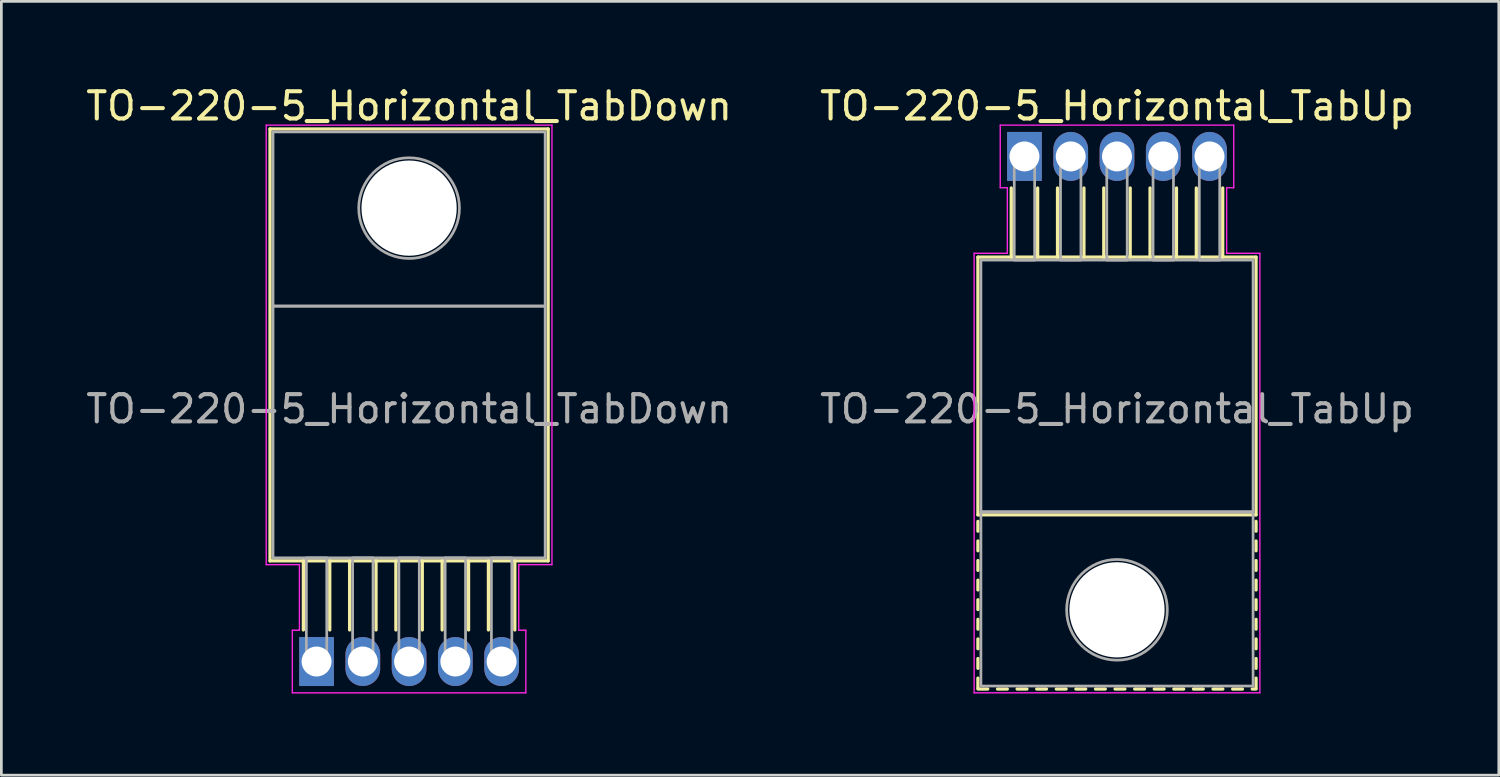
<source format=kicad_pcb>
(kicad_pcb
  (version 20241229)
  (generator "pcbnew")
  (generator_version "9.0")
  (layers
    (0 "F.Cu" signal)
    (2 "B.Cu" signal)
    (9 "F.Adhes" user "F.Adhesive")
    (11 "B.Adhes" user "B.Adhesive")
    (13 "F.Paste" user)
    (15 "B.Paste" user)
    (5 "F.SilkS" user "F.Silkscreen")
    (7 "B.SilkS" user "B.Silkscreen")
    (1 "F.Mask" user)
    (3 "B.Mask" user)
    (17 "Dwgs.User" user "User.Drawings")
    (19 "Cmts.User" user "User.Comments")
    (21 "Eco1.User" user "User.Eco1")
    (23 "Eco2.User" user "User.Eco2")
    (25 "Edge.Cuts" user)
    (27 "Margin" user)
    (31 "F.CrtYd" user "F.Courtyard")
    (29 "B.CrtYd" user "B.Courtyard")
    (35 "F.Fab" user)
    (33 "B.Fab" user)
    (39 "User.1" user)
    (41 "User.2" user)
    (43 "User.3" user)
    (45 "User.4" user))
  (footprint "TO-220-5_Horizontal_TabUp"
    (layer "F.Cu")
    (at 34.594 2.698)
    (property "Reference" "TO-220-5_Horizontal_TabUp" (at 3.4 -1.85 0) (layer "F.SilkS") (effects (font (size 1 1) (thickness 0.15))))
    (attr through_hole)
    (fp_line (start -1.71 3.7) (end -1.71 13.17) (stroke (width 0.12) (type solid)) (layer "F.SilkS"))
    (fp_line (start -1.71 3.7) (end 8.51 3.7) (stroke (width 0.12) (type solid)) (layer "F.SilkS"))
    (fp_line (start -1.71 13.17) (end 8.51 13.17) (stroke (width 0.12) (type solid)) (layer "F.SilkS"))
    (fp_line (start -1.71 13.41) (end -1.71 13.77) (stroke (width 0.12) (type solid)) (layer "F.SilkS"))
    (fp_line (start -1.71 14.13) (end -1.71 14.49) (stroke (width 0.12) (type solid)) (layer "F.SilkS"))
    (fp_line (start -1.71 14.85) (end -1.71 15.21) (stroke (width 0.12) (type solid)) (layer "F.SilkS"))
    (fp_line (start -1.71 15.57) (end -1.71 15.93) (stroke (width 0.12) (type solid)) (layer "F.SilkS"))
    (fp_line (start -1.71 16.29) (end -1.71 16.65) (stroke (width 0.12) (type solid)) (layer "F.SilkS"))
    (fp_line (start -1.71 17.01) (end -1.71 17.37) (stroke (width 0.12) (type solid)) (layer "F.SilkS"))
    (fp_line (start -1.71 17.73) (end -1.71 18.09) (stroke (width 0.12) (type solid)) (layer "F.SilkS"))
    (fp_line (start -1.71 18.45) (end -1.71 18.81) (stroke (width 0.12) (type solid)) (layer "F.SilkS"))
    (fp_line (start -1.71 19.17) (end -1.71 19.53) (stroke (width 0.12) (type solid)) (layer "F.SilkS"))
    (fp_line (start -1.71 19.57) (end -1.35 19.57) (stroke (width 0.12) (type solid)) (layer "F.SilkS"))
    (fp_line (start -0.99 19.57) (end -0.63 19.57) (stroke (width 0.12) (type solid)) (layer "F.SilkS"))
    (fp_line (start -0.485 3.7) (end -0.485 1.16) (stroke (width 0.12) (type solid)) (layer "F.SilkS"))
    (fp_line (start -0.27 19.57) (end 0.09 19.57) (stroke (width 0.12) (type solid)) (layer "F.SilkS"))
    (fp_line (start 0.45 19.57) (end 0.81 19.57) (stroke (width 0.12) (type solid)) (layer "F.SilkS"))
    (fp_line (start 0.485 3.7) (end 0.485 1.16) (stroke (width 0.12) (type solid)) (layer "F.SilkS"))
    (fp_line (start 1.17 19.57) (end 1.53 19.57) (stroke (width 0.12) (type solid)) (layer "F.SilkS"))
    (fp_line (start 1.215 3.7) (end 1.215 1.16) (stroke (width 0.12) (type solid)) (layer "F.SilkS"))
    (fp_line (start 1.89 19.57) (end 2.25 19.57) (stroke (width 0.12) (type solid)) (layer "F.SilkS"))
    (fp_line (start 2.185 3.7) (end 2.185 1.16) (stroke (width 0.12) (type solid)) (layer "F.SilkS"))
    (fp_line (start 2.61 19.57) (end 2.97 19.57) (stroke (width 0.12) (type solid)) (layer "F.SilkS"))
    (fp_line (start 2.915 3.7) (end 2.915 1.16) (stroke (width 0.12) (type solid)) (layer "F.SilkS"))
    (fp_line (start 3.33 19.57) (end 3.69 19.57) (stroke (width 0.12) (type solid)) (layer "F.SilkS"))
    (fp_line (start 3.885 3.7) (end 3.885 1.16) (stroke (width 0.12) (type solid)) (layer "F.SilkS"))
    (fp_line (start 4.05 19.57) (end 4.41 19.57) (stroke (width 0.12) (type solid)) (layer "F.SilkS"))
    (fp_line (start 4.615 3.7) (end 4.615 1.16) (stroke (width 0.12) (type solid)) (layer "F.SilkS"))
    (fp_line (start 4.77 19.57) (end 5.13 19.57) (stroke (width 0.12) (type solid)) (layer "F.SilkS"))
    (fp_line (start 5.49 19.57) (end 5.85 19.57) (stroke (width 0.12) (type solid)) (layer "F.SilkS"))
    (fp_line (start 5.585 3.7) (end 5.585 1.16) (stroke (width 0.12) (type solid)) (layer "F.SilkS"))
    (fp_line (start 6.21 19.57) (end 6.57 19.57) (stroke (width 0.12) (type solid)) (layer "F.SilkS"))
    (fp_line (start 6.315 3.7) (end 6.315 1.16) (stroke (width 0.12) (type solid)) (layer "F.SilkS"))
    (fp_line (start 6.93 19.57) (end 7.29 19.57) (stroke (width 0.12) (type solid)) (layer "F.SilkS"))
    (fp_line (start 7.285 3.7) (end 7.285 1.16) (stroke (width 0.12) (type solid)) (layer "F.SilkS"))
    (fp_line (start 7.65 19.57) (end 8.01 19.57) (stroke (width 0.12) (type solid)) (layer "F.SilkS"))
    (fp_line (start 8.37 19.57) (end 8.51 19.57) (stroke (width 0.12) (type solid)) (layer "F.SilkS"))
    (fp_line (start 8.51 3.7) (end 8.51 13.17) (stroke (width 0.12) (type solid)) (layer "F.SilkS"))
    (fp_line (start 8.51 13.41) (end 8.51 13.77) (stroke (width 0.12) (type solid)) (layer "F.SilkS"))
    (fp_line (start 8.51 14.13) (end 8.51 14.49) (stroke (width 0.12) (type solid)) (layer "F.SilkS"))
    (fp_line (start 8.51 14.85) (end 8.51 15.21) (stroke (width 0.12) (type solid)) (layer "F.SilkS"))
    (fp_line (start 8.51 15.57) (end 8.51 15.93) (stroke (width 0.12) (type solid)) (layer "F.SilkS"))
    (fp_line (start 8.51 16.29) (end 8.51 16.65) (stroke (width 0.12) (type solid)) (layer "F.SilkS"))
    (fp_line (start 8.51 17.01) (end 8.51 17.37) (stroke (width 0.12) (type solid)) (layer "F.SilkS"))
    (fp_line (start 8.51 17.73) (end 8.51 18.09) (stroke (width 0.12) (type solid)) (layer "F.SilkS"))
    (fp_line (start 8.51 18.45) (end 8.51 18.81) (stroke (width 0.12) (type solid)) (layer "F.SilkS"))
    (fp_line (start 8.51 19.17) (end 8.51 19.53) (stroke (width 0.12) (type solid)) (layer "F.SilkS"))
    (fp_line (start -1.85 3.56) (end -0.63 3.56) (stroke (width 0.05) (type solid)) (layer "F.CrtYd"))
    (fp_line (start -1.85 19.71) (end -1.85 3.56) (stroke (width 0.05) (type solid)) (layer "F.CrtYd"))
    (fp_line (start -0.89 -1.15) (end 7.69 -1.15) (stroke (width 0.05) (type solid)) (layer "F.CrtYd"))
    (fp_line (start -0.89 1.15) (end -0.89 -1.15) (stroke (width 0.05) (type solid)) (layer "F.CrtYd"))
    (fp_line (start -0.63 1.15) (end -0.89 1.15) (stroke (width 0.05) (type solid)) (layer "F.CrtYd"))
    (fp_line (start -0.63 3.56) (end -0.63 1.15) (stroke (width 0.05) (type solid)) (layer "F.CrtYd"))
    (fp_line (start 7.43 1.15) (end 7.43 3.56) (stroke (width 0.05) (type solid)) (layer "F.CrtYd"))
    (fp_line (start 7.43 3.56) (end 8.65 3.56) (stroke (width 0.05) (type solid)) (layer "F.CrtYd"))
    (fp_line (start 7.69 -1.15) (end 7.69 1.15) (stroke (width 0.05) (type solid)) (layer "F.CrtYd"))
    (fp_line (start 7.69 1.15) (end 7.43 1.15) (stroke (width 0.05) (type solid)) (layer "F.CrtYd"))
    (fp_line (start 8.65 3.56) (end 8.65 19.71) (stroke (width 0.05) (type solid)) (layer "F.CrtYd"))
    (fp_line (start 8.65 19.71) (end -1.85 19.71) (stroke (width 0.05) (type solid)) (layer "F.CrtYd"))
    (fp_rect (start -1.6 3.81) (end 8.4 13.06) (stroke (width 0.1) (type solid)) (fill no) (layer "F.Fab"))
    (fp_rect (start -1.6 13.06) (end 8.4 19.46) (stroke (width 0.1) (type solid)) (fill no) (layer "F.Fab"))
    (fp_rect (start -0.375 3.81) (end 0.375 0) (stroke (width 0.1) (type solid)) (fill no) (layer "F.Fab"))
    (fp_rect (start 1.325 3.81) (end 2.075 0) (stroke (width 0.1) (type solid)) (fill no) (layer "F.Fab"))
    (fp_rect (start 3.025 3.81) (end 3.775 0) (stroke (width 0.1) (type solid)) (fill no) (layer "F.Fab"))
    (fp_rect (start 4.725 3.81) (end 5.475 0) (stroke (width 0.1) (type solid)) (fill no) (layer "F.Fab"))
    (fp_rect (start 6.425 3.81) (end 7.175 0) (stroke (width 0.1) (type solid)) (fill no) (layer "F.Fab"))
    (fp_circle (center 3.4 16.66) (end 5.25 16.66) (stroke (width 0.1) (type solid)) (fill no) (layer "F.Fab"))
    (fp_text user "${REFERENCE}" (at 3.4 9.28 0) (layer "F.Fab") (effects (font (size 1 1) (thickness 0.15))))
    (pad "" np_thru_hole circle (at 3.4 16.66) (size 3.5 3.5) (drill 3.5) (layers "*.Cu" "*.Mask"))
    (pad "1" thru_hole rect (at 0 0) (size 1.275 1.8) (drill 1.1) (layers "*.Cu" "*.Mask"))
    (pad "2" thru_hole oval (at 1.7 0) (size 1.275 1.8) (drill 1.1) (layers "*.Cu" "*.Mask"))
    (pad "3" thru_hole oval (at 3.4 0) (size 1.275 1.8) (drill 1.1) (layers "*.Cu" "*.Mask"))
    (pad "4" thru_hole oval (at 5.1 0) (size 1.275 1.8) (drill 1.1) (layers "*.Cu" "*.Mask"))
    (pad "5" thru_hole oval (at 6.8 0) (size 1.275 1.8) (drill 1.1) (layers "*.Cu" "*.Mask")))
  (footprint "TO-220-5_Horizontal_TabDown"
    (layer "F.Cu")
    (at 8.582 21.258)
    (property "Reference" "TO-220-5_Horizontal_TabDown" (at 3.4 -20.41 0) (layer "F.SilkS") (effects (font (size 1 1) (thickness 0.15))))
    (attr through_hole)
    (fp_line (start -1.71 -19.57) (end 8.51 -19.57) (stroke (width 0.12) (type solid)) (layer "F.SilkS"))
    (fp_line (start -1.71 -3.7) (end -1.71 -19.57) (stroke (width 0.12) (type solid)) (layer "F.SilkS"))
    (fp_line (start -1.71 -3.7) (end 8.51 -3.7) (stroke (width 0.12) (type solid)) (layer "F.SilkS"))
    (fp_line (start -0.485 -3.7) (end -0.485 -1.16) (stroke (width 0.12) (type solid)) (layer "F.SilkS"))
    (fp_line (start 0.485 -3.7) (end 0.485 -1.16) (stroke (width 0.12) (type solid)) (layer "F.SilkS"))
    (fp_line (start 1.215 -3.7) (end 1.215 -1.16) (stroke (width 0.12) (type solid)) (layer "F.SilkS"))
    (fp_line (start 2.185 -3.7) (end 2.185 -1.16) (stroke (width 0.12) (type solid)) (layer "F.SilkS"))
    (fp_line (start 2.915 -3.7) (end 2.915 -1.16) (stroke (width 0.12) (type solid)) (layer "F.SilkS"))
    (fp_line (start 3.885 -3.7) (end 3.885 -1.16) (stroke (width 0.12) (type solid)) (layer "F.SilkS"))
    (fp_line (start 4.615 -3.7) (end 4.615 -1.16) (stroke (width 0.12) (type solid)) (layer "F.SilkS"))
    (fp_line (start 5.585 -3.7) (end 5.585 -1.16) (stroke (width 0.12) (type solid)) (layer "F.SilkS"))
    (fp_line (start 6.315 -3.7) (end 6.315 -1.16) (stroke (width 0.12) (type solid)) (layer "F.SilkS"))
    (fp_line (start 7.285 -3.7) (end 7.285 -1.16) (stroke (width 0.12) (type solid)) (layer "F.SilkS"))
    (fp_line (start 8.51 -3.7) (end 8.51 -19.57) (stroke (width 0.12) (type solid)) (layer "F.SilkS"))
    (fp_line (start -1.85 -19.71) (end 8.65 -19.71) (stroke (width 0.05) (type solid)) (layer "F.CrtYd"))
    (fp_line (start -1.85 -3.56) (end -1.85 -19.71) (stroke (width 0.05) (type solid)) (layer "F.CrtYd"))
    (fp_line (start -0.89 -1.15) (end -0.63 -1.15) (stroke (width 0.05) (type solid)) (layer "F.CrtYd"))
    (fp_line (start -0.89 1.15) (end -0.89 -1.15) (stroke (width 0.05) (type solid)) (layer "F.CrtYd"))
    (fp_line (start -0.63 -3.56) (end -1.85 -3.56) (stroke (width 0.05) (type solid)) (layer "F.CrtYd"))
    (fp_line (start -0.63 -1.15) (end -0.63 -3.56) (stroke (width 0.05) (type solid)) (layer "F.CrtYd"))
    (fp_line (start 7.43 -3.56) (end 7.43 -1.15) (stroke (width 0.05) (type solid)) (layer "F.CrtYd"))
    (fp_line (start 7.43 -1.15) (end 7.69 -1.15) (stroke (width 0.05) (type solid)) (layer "F.CrtYd"))
    (fp_line (start 7.69 -1.15) (end 7.69 1.15) (stroke (width 0.05) (type solid)) (layer "F.CrtYd"))
    (fp_line (start 7.69 1.15) (end -0.89 1.15) (stroke (width 0.05) (type solid)) (layer "F.CrtYd"))
    (fp_line (start 8.65 -19.71) (end 8.65 -3.56) (stroke (width 0.05) (type solid)) (layer "F.CrtYd"))
    (fp_line (start 8.65 -3.56) (end 7.43 -3.56) (stroke (width 0.05) (type solid)) (layer "F.CrtYd"))
    (fp_rect (start -1.6 -19.46) (end 8.4 -13.06) (stroke (width 0.1) (type solid)) (fill no) (layer "F.Fab"))
    (fp_rect (start -1.6 -3.81) (end 8.4 -13.06) (stroke (width 0.1) (type solid)) (fill no) (layer "F.Fab"))
    (fp_rect (start -0.375 -3.81) (end 0.375 0) (stroke (width 0.1) (type solid)) (fill no) (layer "F.Fab"))
    (fp_rect (start 1.325 -3.81) (end 2.075 0) (stroke (width 0.1) (type solid)) (fill no) (layer "F.Fab"))
    (fp_rect (start 3.025 -3.81) (end 3.775 0) (stroke (width 0.1) (type solid)) (fill no) (layer "F.Fab"))
    (fp_rect (start 4.725 -3.81) (end 5.475 0) (stroke (width 0.1) (type solid)) (fill no) (layer "F.Fab"))
    (fp_rect (start 6.425 -3.81) (end 7.175 0) (stroke (width 0.1) (type solid)) (fill no) (layer "F.Fab"))
    (fp_circle (center 3.4 -16.66) (end 5.25 -16.66) (stroke (width 0.1) (type solid)) (fill no) (layer "F.Fab"))
    (fp_text user "${REFERENCE}" (at 3.4 -9.28 0) (layer "F.Fab") (effects (font (size 1 1) (thickness 0.15))))
    (pad "" np_thru_hole circle (at 3.4 -16.66) (size 3.5 3.5) (drill 3.5) (layers "*.Cu" "*.Mask"))
    (pad "1" thru_hole rect (at 0 0) (size 1.275 1.8) (drill 1.1) (layers "*.Cu" "*.Mask"))
    (pad "2" thru_hole oval (at 1.7 0) (size 1.275 1.8) (drill 1.1) (layers "*.Cu" "*.Mask"))
    (pad "3" thru_hole oval (at 3.4 0) (size 1.275 1.8) (drill 1.1) (layers "*.Cu" "*.Mask"))
    (pad "4" thru_hole oval (at 5.1 0) (size 1.275 1.8) (drill 1.1) (layers "*.Cu" "*.Mask"))
    (pad "5" thru_hole oval (at 6.8 0) (size 1.275 1.8) (drill 1.1) (layers "*.Cu" "*.Mask")))
  (gr_rect
    (start -3 -3)
    (end 52.024 25.433)
    (stroke (width 0.1) (type default))
    (fill no)
    (layer "Edge.Cuts")))
</source>
